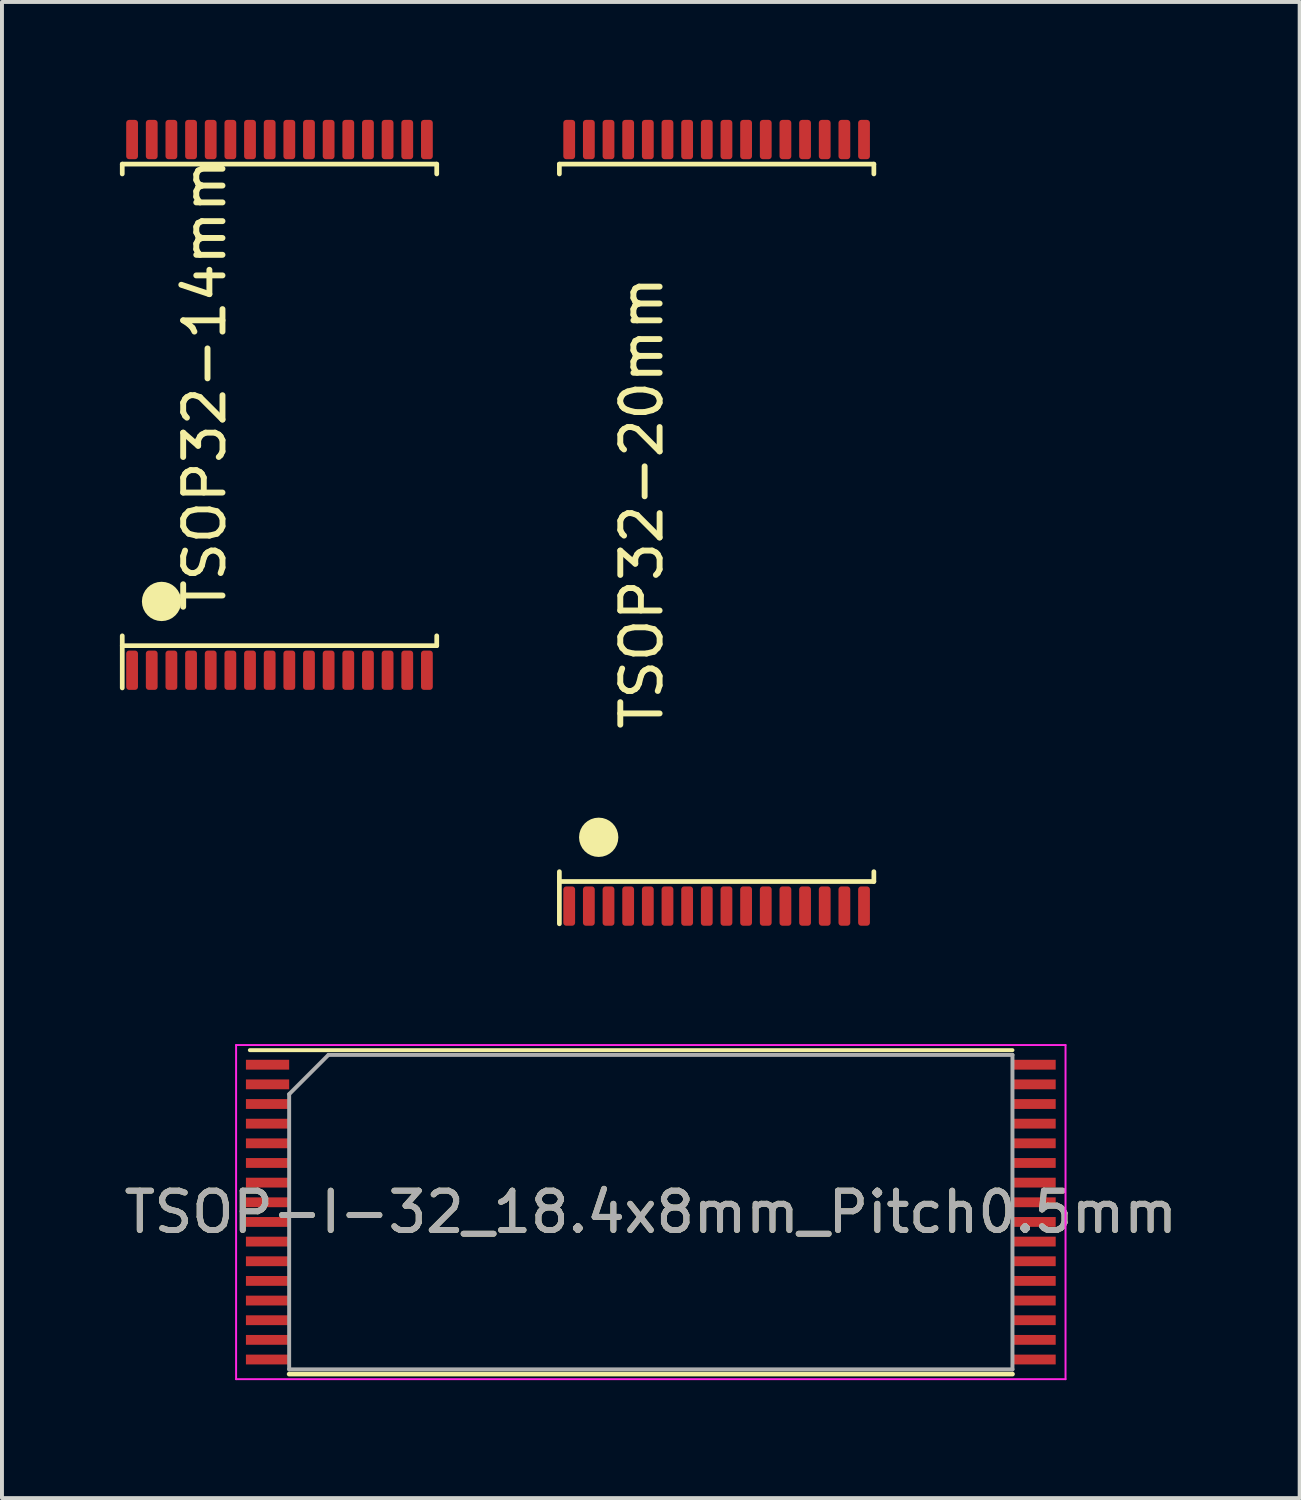
<source format=kicad_pcb>
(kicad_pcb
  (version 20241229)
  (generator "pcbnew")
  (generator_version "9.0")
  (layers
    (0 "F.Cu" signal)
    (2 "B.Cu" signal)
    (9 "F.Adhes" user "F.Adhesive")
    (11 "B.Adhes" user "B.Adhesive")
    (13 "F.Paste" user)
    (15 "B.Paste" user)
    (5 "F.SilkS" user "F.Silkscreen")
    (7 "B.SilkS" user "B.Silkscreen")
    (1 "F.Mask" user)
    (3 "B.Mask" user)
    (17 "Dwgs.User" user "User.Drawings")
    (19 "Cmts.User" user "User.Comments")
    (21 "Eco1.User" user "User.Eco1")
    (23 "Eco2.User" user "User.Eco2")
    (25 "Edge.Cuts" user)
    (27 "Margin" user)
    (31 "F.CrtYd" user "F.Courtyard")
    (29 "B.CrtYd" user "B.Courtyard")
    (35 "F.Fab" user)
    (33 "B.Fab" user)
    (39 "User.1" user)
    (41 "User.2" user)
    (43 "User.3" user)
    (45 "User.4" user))
  (footprint "TSOP-I-32_18.4x8mm_Pitch0.5mm"
    (layer "F.Cu")
    (at 13.506 27.785)
    (property "Reference" "TSOP-I-32_18.4x8mm_Pitch0.5mm" (at 0 0 0) (layer "F.SilkS") (effects (font (size 1 1) (thickness 0.15))))
    (attr smd)
    (fp_line (start -9.2 4.12) (end 9.2 4.12) (stroke (width 0.12) (type solid)) (layer "F.SilkS"))
    (fp_line (start 9.2 -4.12) (end -10.2 -4.12) (stroke (width 0.1) (type solid)) (layer "F.SilkS"))
    (fp_line (start -10.55 -4.25) (end 10.55 -4.25) (stroke (width 0.05) (type solid)) (layer "F.CrtYd"))
    (fp_line (start -10.55 4.25) (end -10.55 -4.25) (stroke (width 0.05) (type solid)) (layer "F.CrtYd"))
    (fp_line (start 10.55 -4.25) (end 10.55 4.25) (stroke (width 0.05) (type solid)) (layer "F.CrtYd"))
    (fp_line (start 10.55 4.25) (end -10.55 4.25) (stroke (width 0.05) (type solid)) (layer "F.CrtYd"))
    (fp_line (start -9.2 4) (end -9.2 -3) (stroke (width 0.1) (type solid)) (layer "F.Fab"))
    (fp_line (start -8.2 -4) (end -9.2 -3) (stroke (width 0.1) (type solid)) (layer "F.Fab"))
    (fp_line (start -8.2 -4) (end 9.2 -4) (stroke (width 0.1) (type solid)) (layer "F.Fab"))
    (fp_line (start 9.2 -4) (end 9.2 4) (stroke (width 0.1) (type solid)) (layer "F.Fab"))
    (fp_line (start 9.2 4) (end -9.2 4) (stroke (width 0.1) (type solid)) (layer "F.Fab"))
    (fp_text user "${REFERENCE}" (at 0 0 0) (layer "F.Fab") (effects (font (size 1 1) (thickness 0.15))))
    (pad "1" smd rect (at -9.75 -3.75) (size 1.1 0.25) (layers "F.Cu" "F.Mask" "F.Paste"))
    (pad "2" smd rect (at -9.75 -3.25) (size 1.1 0.25) (layers "F.Cu" "F.Mask" "F.Paste"))
    (pad "3" smd rect (at -9.75 -2.75) (size 1.1 0.25) (layers "F.Cu" "F.Mask" "F.Paste"))
    (pad "4" smd rect (at -9.75 -2.25) (size 1.1 0.25) (layers "F.Cu" "F.Mask" "F.Paste"))
    (pad "5" smd rect (at -9.75 -1.75) (size 1.1 0.25) (layers "F.Cu" "F.Mask" "F.Paste"))
    (pad "6" smd rect (at -9.75 -1.25) (size 1.1 0.25) (layers "F.Cu" "F.Mask" "F.Paste"))
    (pad "7" smd rect (at -9.75 -0.75) (size 1.1 0.25) (layers "F.Cu" "F.Mask" "F.Paste"))
    (pad "8" smd rect (at -9.75 -0.25) (size 1.1 0.25) (layers "F.Cu" "F.Mask" "F.Paste"))
    (pad "9" smd rect (at -9.75 0.25) (size 1.1 0.25) (layers "F.Cu" "F.Mask" "F.Paste"))
    (pad "10" smd rect (at -9.75 0.75) (size 1.1 0.25) (layers "F.Cu" "F.Mask" "F.Paste"))
    (pad "11" smd rect (at -9.75 1.25) (size 1.1 0.25) (layers "F.Cu" "F.Mask" "F.Paste"))
    (pad "12" smd rect (at -9.75 1.75) (size 1.1 0.25) (layers "F.Cu" "F.Mask" "F.Paste"))
    (pad "13" smd rect (at -9.75 2.25) (size 1.1 0.25) (layers "F.Cu" "F.Mask" "F.Paste"))
    (pad "14" smd rect (at -9.75 2.75) (size 1.1 0.25) (layers "F.Cu" "F.Mask" "F.Paste"))
    (pad "15" smd rect (at -9.75 3.25) (size 1.1 0.25) (layers "F.Cu" "F.Mask" "F.Paste"))
    (pad "16" smd rect (at -9.75 3.75) (size 1.1 0.25) (layers "F.Cu" "F.Mask" "F.Paste"))
    (pad "17" smd rect (at 9.75 3.75) (size 1.1 0.25) (layers "F.Cu" "F.Mask" "F.Paste"))
    (pad "18" smd rect (at 9.75 3.25) (size 1.1 0.25) (layers "F.Cu" "F.Mask" "F.Paste"))
    (pad "19" smd rect (at 9.75 2.75) (size 1.1 0.25) (layers "F.Cu" "F.Mask" "F.Paste"))
    (pad "20" smd rect (at 9.75 2.25) (size 1.1 0.25) (layers "F.Cu" "F.Mask" "F.Paste"))
    (pad "21" smd rect (at 9.75 1.75) (size 1.1 0.25) (layers "F.Cu" "F.Mask" "F.Paste"))
    (pad "22" smd rect (at 9.75 1.25) (size 1.1 0.25) (layers "F.Cu" "F.Mask" "F.Paste"))
    (pad "23" smd rect (at 9.75 0.75) (size 1.1 0.25) (layers "F.Cu" "F.Mask" "F.Paste"))
    (pad "24" smd rect (at 9.75 0.25) (size 1.1 0.25) (layers "F.Cu" "F.Mask" "F.Paste"))
    (pad "25" smd rect (at 9.75 -0.25) (size 1.1 0.25) (layers "F.Cu" "F.Mask" "F.Paste"))
    (pad "26" smd rect (at 9.75 -0.75) (size 1.1 0.25) (layers "F.Cu" "F.Mask" "F.Paste"))
    (pad "27" smd rect (at 9.75 -1.25) (size 1.1 0.25) (layers "F.Cu" "F.Mask" "F.Paste"))
    (pad "28" smd rect (at 9.75 -1.75) (size 1.1 0.25) (layers "F.Cu" "F.Mask" "F.Paste"))
    (pad "29" smd rect (at 9.75 -2.25) (size 1.1 0.25) (layers "F.Cu" "F.Mask" "F.Paste"))
    (pad "30" smd rect (at 9.75 -2.75) (size 1.1 0.25) (layers "F.Cu" "F.Mask" "F.Paste"))
    (pad "31" smd rect (at 9.75 -3.25) (size 1.1 0.25) (layers "F.Cu" "F.Mask" "F.Paste"))
    (pad "32" smd rect (at 9.75 -3.75) (size 1.1 0.25) (layers "F.Cu" "F.Mask" "F.Paste")))
  (footprint "TSOP32-20mm"
    (layer "F.Cu")
    (at 15.18 10.25)
    (property "Reference" "TSOP32-20mm" (at -1.905 -0.508 90) (layer "F.SilkS") (effects (font (size 1 1) (thickness 0.15))))
    (attr smd)
    (fp_line (start -4 -9.125) (end -4 -8.875) (stroke (width 0.12) (type solid)) (layer "F.SilkS"))
    (fp_line (start -4 9.125) (end 4 9.125) (stroke (width 0.12) (type solid)) (layer "F.SilkS"))
    (fp_line (start -4 10.2) (end -4 8.875) (stroke (width 0.12) (type solid)) (layer "F.SilkS"))
    (fp_line (start 4 -9.125) (end -4 -9.125) (stroke (width 0.12) (type solid)) (layer "F.SilkS"))
    (fp_line (start 4 -9.125) (end 4 -8.875) (stroke (width 0.12) (type solid)) (layer "F.SilkS"))
    (fp_line (start 4 9.125) (end 4 8.875) (stroke (width 0.12) (type solid)) (layer "F.SilkS"))
    (fp_circle (center -3 8) (end -2.75 8) (stroke (width 0.5) (type solid)) (fill no) (layer "F.SilkS"))
    (pad "1" smd roundrect (at -3.75 9.75) (size 0.3 1) (layers "F.Cu" "F.Mask" "F.Paste") (roundrect_rratio 0.25))
    (pad "2" smd roundrect (at -3.25 9.75) (size 0.3 1) (layers "F.Cu" "F.Mask" "F.Paste") (roundrect_rratio 0.25))
    (pad "3" smd roundrect (at -2.75 9.75) (size 0.3 1) (layers "F.Cu" "F.Mask" "F.Paste") (roundrect_rratio 0.25))
    (pad "4" smd roundrect (at -2.25 9.75) (size 0.3 1) (layers "F.Cu" "F.Mask" "F.Paste") (roundrect_rratio 0.25))
    (pad "5" smd roundrect (at -1.75 9.75) (size 0.3 1) (layers "F.Cu" "F.Mask" "F.Paste") (roundrect_rratio 0.25))
    (pad "6" smd roundrect (at -1.25 9.75) (size 0.3 1) (layers "F.Cu" "F.Mask" "F.Paste") (roundrect_rratio 0.25))
    (pad "7" smd roundrect (at -0.75 9.75) (size 0.3 1) (layers "F.Cu" "F.Mask" "F.Paste") (roundrect_rratio 0.25))
    (pad "8" smd roundrect (at -0.25 9.75) (size 0.3 1) (layers "F.Cu" "F.Mask" "F.Paste") (roundrect_rratio 0.25))
    (pad "9" smd roundrect (at 0.25 9.75) (size 0.3 1) (layers "F.Cu" "F.Mask" "F.Paste") (roundrect_rratio 0.25))
    (pad "10" smd roundrect (at 0.75 9.75) (size 0.3 1) (layers "F.Cu" "F.Mask" "F.Paste") (roundrect_rratio 0.25))
    (pad "11" smd roundrect (at 1.25 9.75) (size 0.3 1) (layers "F.Cu" "F.Mask" "F.Paste") (roundrect_rratio 0.25))
    (pad "12" smd roundrect (at 1.75 9.75) (size 0.3 1) (layers "F.Cu" "F.Mask" "F.Paste") (roundrect_rratio 0.25))
    (pad "13" smd roundrect (at 2.25 9.75) (size 0.3 1) (layers "F.Cu" "F.Mask" "F.Paste") (roundrect_rratio 0.25))
    (pad "14" smd roundrect (at 2.75 9.75) (size 0.3 1) (layers "F.Cu" "F.Mask" "F.Paste") (roundrect_rratio 0.25))
    (pad "15" smd roundrect (at 3.25 9.75) (size 0.3 1) (layers "F.Cu" "F.Mask" "F.Paste") (roundrect_rratio 0.25))
    (pad "16" smd roundrect (at 3.75 9.75) (size 0.3 1) (layers "F.Cu" "F.Mask" "F.Paste") (roundrect_rratio 0.25))
    (pad "17" smd roundrect (at 3.75 -9.75) (size 0.3 1) (layers "F.Cu" "F.Mask" "F.Paste") (roundrect_rratio 0.25))
    (pad "18" smd roundrect (at 3.25 -9.75) (size 0.3 1) (layers "F.Cu" "F.Mask" "F.Paste") (roundrect_rratio 0.25))
    (pad "19" smd roundrect (at 2.75 -9.75) (size 0.3 1) (layers "F.Cu" "F.Mask" "F.Paste") (roundrect_rratio 0.25))
    (pad "20" smd roundrect (at 2.25 -9.75) (size 0.3 1) (layers "F.Cu" "F.Mask" "F.Paste") (roundrect_rratio 0.25))
    (pad "21" smd roundrect (at 1.75 -9.75) (size 0.3 1) (layers "F.Cu" "F.Mask" "F.Paste") (roundrect_rratio 0.25))
    (pad "22" smd roundrect (at 1.25 -9.75) (size 0.3 1) (layers "F.Cu" "F.Mask" "F.Paste") (roundrect_rratio 0.25))
    (pad "23" smd roundrect (at 0.75 -9.75) (size 0.3 1) (layers "F.Cu" "F.Mask" "F.Paste") (roundrect_rratio 0.25))
    (pad "24" smd roundrect (at 0.25 -9.75) (size 0.3 1) (layers "F.Cu" "F.Mask" "F.Paste") (roundrect_rratio 0.25))
    (pad "25" smd roundrect (at -0.25 -9.75) (size 0.3 1) (layers "F.Cu" "F.Mask" "F.Paste") (roundrect_rratio 0.25))
    (pad "26" smd roundrect (at -0.75 -9.75) (size 0.3 1) (layers "F.Cu" "F.Mask" "F.Paste") (roundrect_rratio 0.25))
    (pad "27" smd roundrect (at -1.25 -9.75) (size 0.3 1) (layers "F.Cu" "F.Mask" "F.Paste") (roundrect_rratio 0.25))
    (pad "28" smd roundrect (at -1.75 -9.75) (size 0.3 1) (layers "F.Cu" "F.Mask" "F.Paste") (roundrect_rratio 0.25))
    (pad "29" smd roundrect (at -2.25 -9.75) (size 0.3 1) (layers "F.Cu" "F.Mask" "F.Paste") (roundrect_rratio 0.25))
    (pad "30" smd roundrect (at -2.75 -9.75) (size 0.3 1) (layers "F.Cu" "F.Mask" "F.Paste") (roundrect_rratio 0.25))
    (pad "31" smd roundrect (at -3.25 -9.75) (size 0.3 1) (layers "F.Cu" "F.Mask" "F.Paste") (roundrect_rratio 0.25))
    (pad "32" smd roundrect (at -3.75 -9.75) (size 0.3 1) (layers "F.Cu" "F.Mask" "F.Paste") (roundrect_rratio 0.25)))
  (footprint "TSOP32-14mm"
    (layer "F.Cu")
    (at 4.06 7.25)
    (property "Reference" "TSOP32-14mm" (at -1.905 -0.508 90) (layer "F.SilkS") (effects (font (size 1 1) (thickness 0.15))))
    (attr smd)
    (fp_line (start -4 -6.125) (end -4 -5.875) (stroke (width 0.12) (type solid)) (layer "F.SilkS"))
    (fp_line (start -4 6.125) (end 4 6.125) (stroke (width 0.12) (type solid)) (layer "F.SilkS"))
    (fp_line (start -4 7.2) (end -4 5.875) (stroke (width 0.12) (type solid)) (layer "F.SilkS"))
    (fp_line (start 4 -6.125) (end -4 -6.125) (stroke (width 0.12) (type solid)) (layer "F.SilkS"))
    (fp_line (start 4 -6.125) (end 4 -5.875) (stroke (width 0.12) (type solid)) (layer "F.SilkS"))
    (fp_line (start 4 6.125) (end 4 5.875) (stroke (width 0.12) (type solid)) (layer "F.SilkS"))
    (fp_circle (center -3 5) (end -2.75 5) (stroke (width 0.5) (type solid)) (fill no) (layer "F.SilkS"))
    (pad "1" smd roundrect (at -3.75 6.75) (size 0.3 1) (layers "F.Cu" "F.Mask" "F.Paste") (roundrect_rratio 0.25))
    (pad "2" smd roundrect (at -3.25 6.75) (size 0.3 1) (layers "F.Cu" "F.Mask" "F.Paste") (roundrect_rratio 0.25))
    (pad "3" smd roundrect (at -2.75 6.75) (size 0.3 1) (layers "F.Cu" "F.Mask" "F.Paste") (roundrect_rratio 0.25))
    (pad "4" smd roundrect (at -2.25 6.75) (size 0.3 1) (layers "F.Cu" "F.Mask" "F.Paste") (roundrect_rratio 0.25))
    (pad "5" smd roundrect (at -1.75 6.75) (size 0.3 1) (layers "F.Cu" "F.Mask" "F.Paste") (roundrect_rratio 0.25))
    (pad "6" smd roundrect (at -1.25 6.75) (size 0.3 1) (layers "F.Cu" "F.Mask" "F.Paste") (roundrect_rratio 0.25))
    (pad "7" smd roundrect (at -0.75 6.75) (size 0.3 1) (layers "F.Cu" "F.Mask" "F.Paste") (roundrect_rratio 0.25))
    (pad "8" smd roundrect (at -0.25 6.75) (size 0.3 1) (layers "F.Cu" "F.Mask" "F.Paste") (roundrect_rratio 0.25))
    (pad "9" smd roundrect (at 0.25 6.75) (size 0.3 1) (layers "F.Cu" "F.Mask" "F.Paste") (roundrect_rratio 0.25))
    (pad "10" smd roundrect (at 0.75 6.75) (size 0.3 1) (layers "F.Cu" "F.Mask" "F.Paste") (roundrect_rratio 0.25))
    (pad "11" smd roundrect (at 1.25 6.75) (size 0.3 1) (layers "F.Cu" "F.Mask" "F.Paste") (roundrect_rratio 0.25))
    (pad "12" smd roundrect (at 1.75 6.75) (size 0.3 1) (layers "F.Cu" "F.Mask" "F.Paste") (roundrect_rratio 0.25))
    (pad "13" smd roundrect (at 2.25 6.75) (size 0.3 1) (layers "F.Cu" "F.Mask" "F.Paste") (roundrect_rratio 0.25))
    (pad "14" smd roundrect (at 2.75 6.75) (size 0.3 1) (layers "F.Cu" "F.Mask" "F.Paste") (roundrect_rratio 0.25))
    (pad "15" smd roundrect (at 3.25 6.75) (size 0.3 1) (layers "F.Cu" "F.Mask" "F.Paste") (roundrect_rratio 0.25))
    (pad "16" smd roundrect (at 3.75 6.75) (size 0.3 1) (layers "F.Cu" "F.Mask" "F.Paste") (roundrect_rratio 0.25))
    (pad "17" smd roundrect (at 3.75 -6.75) (size 0.3 1) (layers "F.Cu" "F.Mask" "F.Paste") (roundrect_rratio 0.25))
    (pad "18" smd roundrect (at 3.25 -6.75) (size 0.3 1) (layers "F.Cu" "F.Mask" "F.Paste") (roundrect_rratio 0.25))
    (pad "19" smd roundrect (at 2.75 -6.75) (size 0.3 1) (layers "F.Cu" "F.Mask" "F.Paste") (roundrect_rratio 0.25))
    (pad "20" smd roundrect (at 2.25 -6.75) (size 0.3 1) (layers "F.Cu" "F.Mask" "F.Paste") (roundrect_rratio 0.25))
    (pad "21" smd roundrect (at 1.75 -6.75) (size 0.3 1) (layers "F.Cu" "F.Mask" "F.Paste") (roundrect_rratio 0.25))
    (pad "22" smd roundrect (at 1.25 -6.75) (size 0.3 1) (layers "F.Cu" "F.Mask" "F.Paste") (roundrect_rratio 0.25))
    (pad "23" smd roundrect (at 0.75 -6.75) (size 0.3 1) (layers "F.Cu" "F.Mask" "F.Paste") (roundrect_rratio 0.25))
    (pad "24" smd roundrect (at 0.25 -6.75) (size 0.3 1) (layers "F.Cu" "F.Mask" "F.Paste") (roundrect_rratio 0.25))
    (pad "25" smd roundrect (at -0.25 -6.75) (size 0.3 1) (layers "F.Cu" "F.Mask" "F.Paste") (roundrect_rratio 0.25))
    (pad "26" smd roundrect (at -0.75 -6.75) (size 0.3 1) (layers "F.Cu" "F.Mask" "F.Paste") (roundrect_rratio 0.25))
    (pad "27" smd roundrect (at -1.25 -6.75) (size 0.3 1) (layers "F.Cu" "F.Mask" "F.Paste") (roundrect_rratio 0.25))
    (pad "28" smd roundrect (at -1.75 -6.75) (size 0.3 1) (layers "F.Cu" "F.Mask" "F.Paste") (roundrect_rratio 0.25))
    (pad "29" smd roundrect (at -2.25 -6.75) (size 0.3 1) (layers "F.Cu" "F.Mask" "F.Paste") (roundrect_rratio 0.25))
    (pad "30" smd roundrect (at -2.75 -6.75) (size 0.3 1) (layers "F.Cu" "F.Mask" "F.Paste") (roundrect_rratio 0.25))
    (pad "31" smd roundrect (at -3.25 -6.75) (size 0.3 1) (layers "F.Cu" "F.Mask" "F.Paste") (roundrect_rratio 0.25))
    (pad "32" smd roundrect (at -3.75 -6.75) (size 0.3 1) (layers "F.Cu" "F.Mask" "F.Paste") (roundrect_rratio 0.25)))
  (gr_rect
    (start -3 -3)
    (end 30.012 35.06)
    (stroke (width 0.1) (type default))
    (fill no)
    (layer "Edge.Cuts")))
</source>
